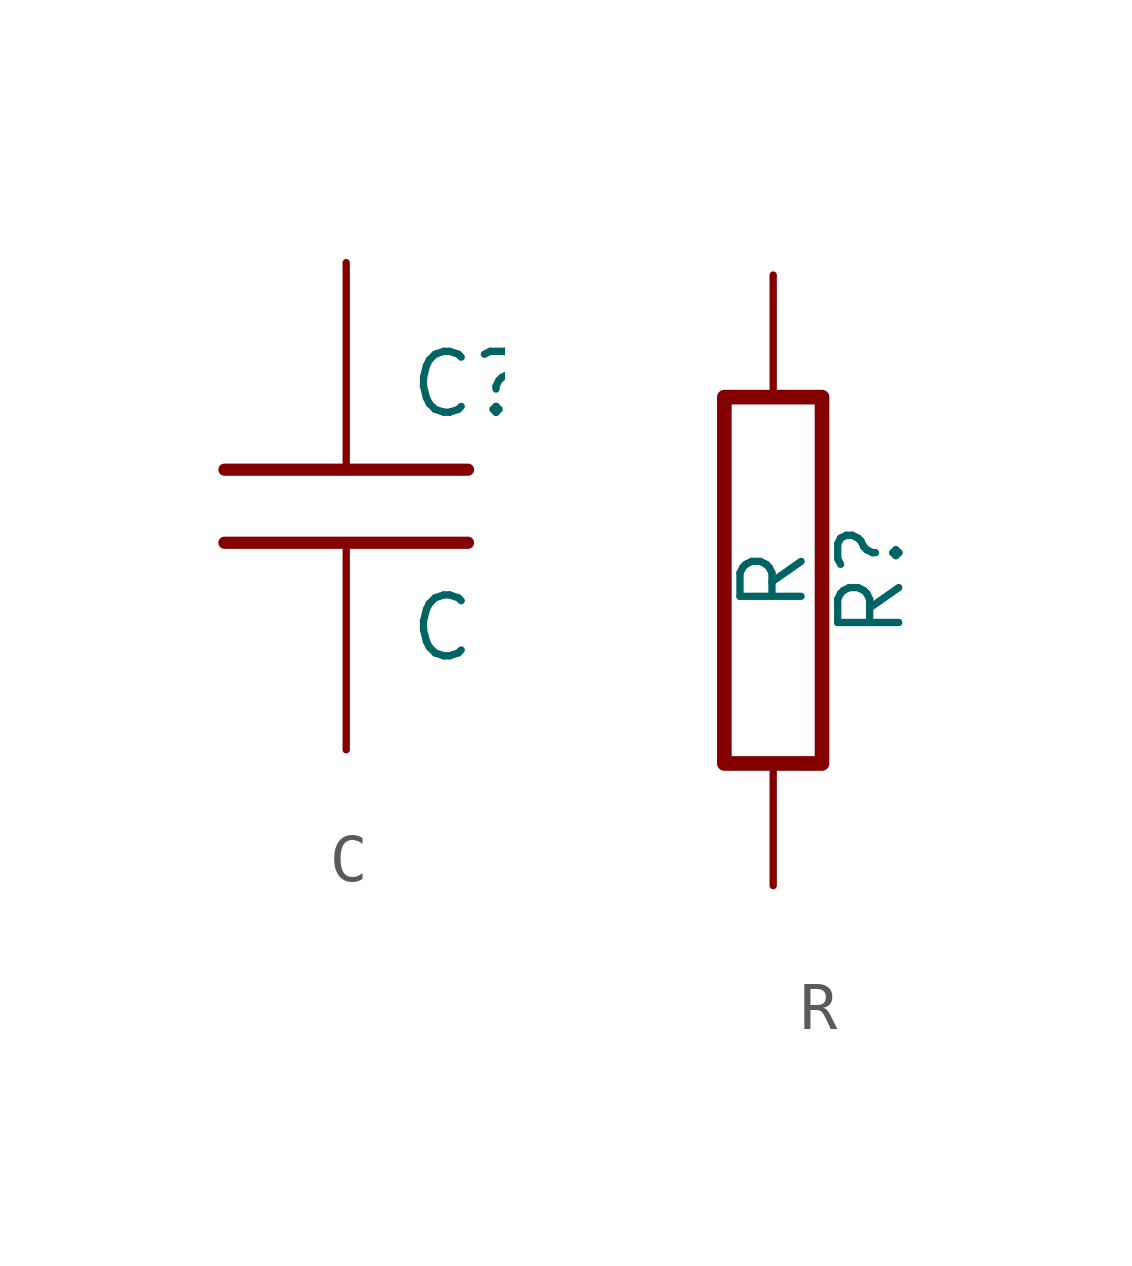
<source format=kicad_sym>
(kicad_symbol_lib
  (version 20211014)
  (generator kicad_symbol_editor)
  (symbol "C"
    (pin_numbers hide)
    (pin_names
      (offset 0.254))
    (property "Reference" "C"
      (at 1.27 2.54 0)
      (effects (font (size 1.27 1.27)) (justify left)))
    (property "Value" "C"
      (at 1.27 -2.54 0)
      (effects (font (size 1.27 1.27)) (justify left)))
    (symbol "C_0_1"
      (polyline (pts (xy -2.54 -0.762) (xy 2.54 -0.762)) (stroke (width 0.254) (type default) (color 0 0 0 0)) (fill (type none)))
      (polyline (pts (xy -2.54 0.762) (xy 2.54 0.762)) (stroke (width 0.254) (type default) (color 0 0 0 0)) (fill (type none))))
    (symbol "C_1_1"
      (pin passive line (at 0 5.08 270) (length 4.318) (name "~" (effects (font (size 1.016 1.016)))) (number "1" (effects (font (size 1.016 1.016)))))
      (pin passive line (at 0 -5.08 90) (length 4.318) (name "~" (effects (font (size 1.016 1.016)))) (number "2" (effects (font (size 1.016 1.016)))))))
  (symbol "R"
    (pin_numbers hide)
    (pin_names
      (offset 0))
    (property "Reference" "R"
      (at 2.032 0 90)
      (effects (font (size 1.27 1.27))))
    (property "Value" "R"
      (at 0 0 90)
      (effects (font (size 1.27 1.27))))
    (symbol "R_0_1"
      (rectangle (start -1.016 3.81) (end 1.016 -3.81) (stroke (width 0.305) (type default) (color 0 0 0 0)) (fill (type none))))
    (symbol "R_1_1"
      (pin passive line (at 0 6.35 270) (length 2.54) (name "~" (effects (font (size 1.524 1.524)))) (number "1" (effects (font (size 1.524 1.524)))))
      (pin passive line (at 0 -6.35 90) (length 2.54) (name "~" (effects (font (size 1.524 1.524)))) (number "2" (effects (font (size 1.524 1.524))))))))
</source>
